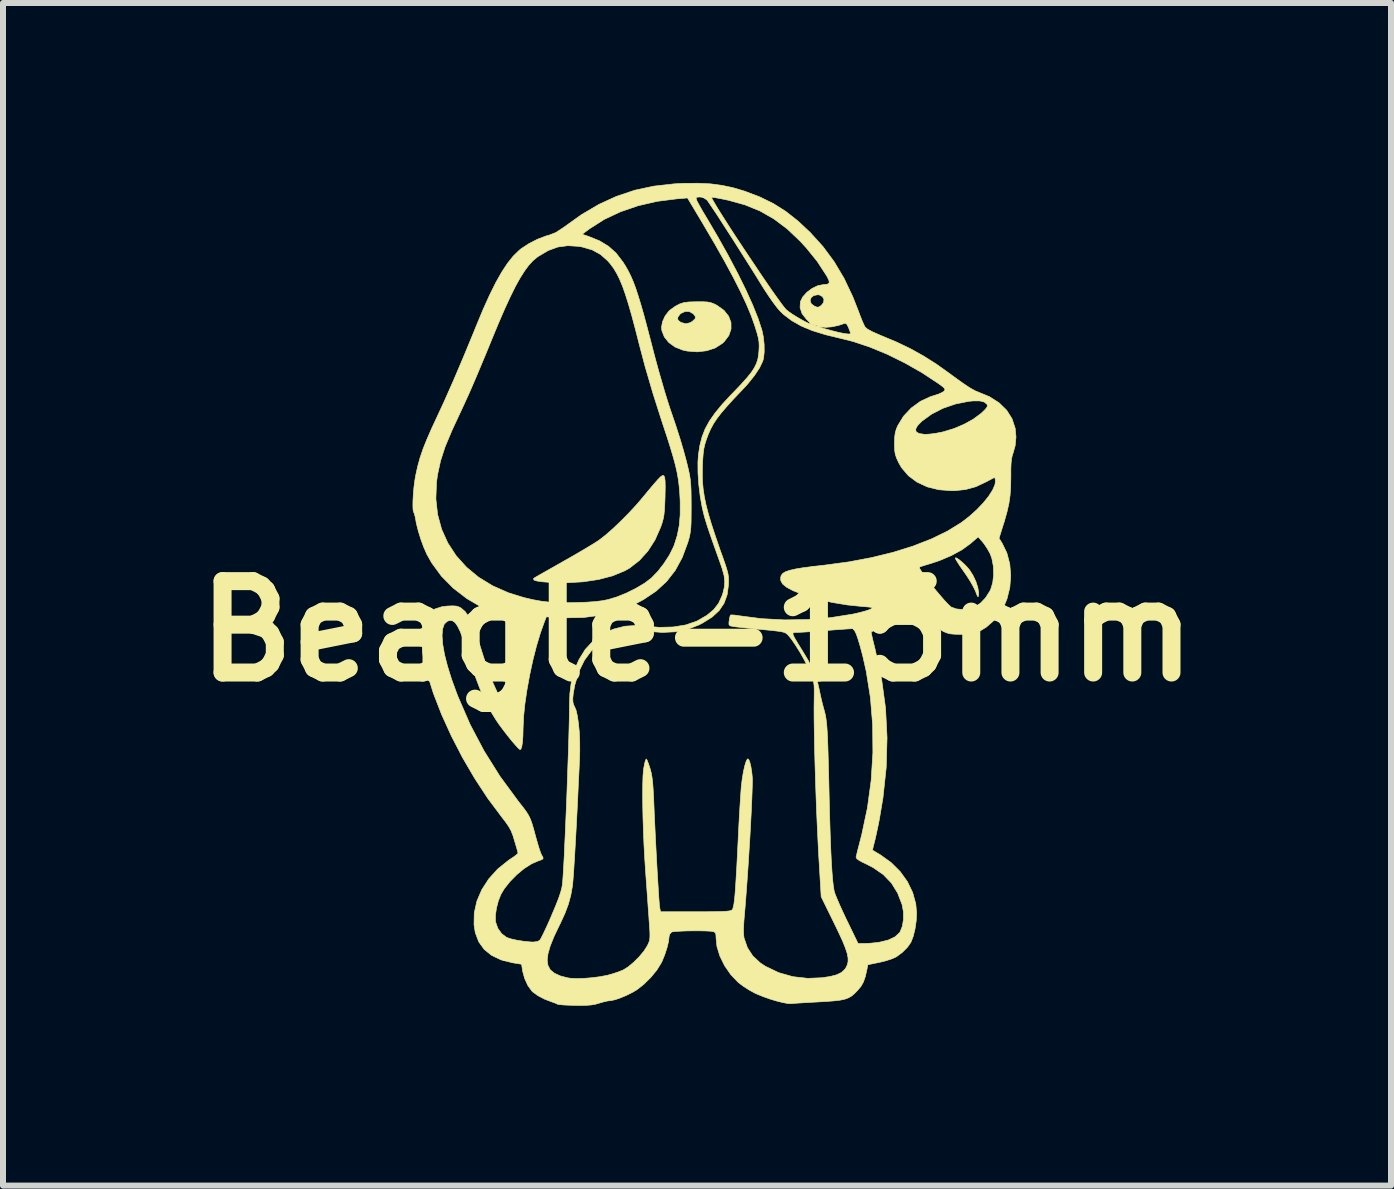
<source format=kicad_pcb>
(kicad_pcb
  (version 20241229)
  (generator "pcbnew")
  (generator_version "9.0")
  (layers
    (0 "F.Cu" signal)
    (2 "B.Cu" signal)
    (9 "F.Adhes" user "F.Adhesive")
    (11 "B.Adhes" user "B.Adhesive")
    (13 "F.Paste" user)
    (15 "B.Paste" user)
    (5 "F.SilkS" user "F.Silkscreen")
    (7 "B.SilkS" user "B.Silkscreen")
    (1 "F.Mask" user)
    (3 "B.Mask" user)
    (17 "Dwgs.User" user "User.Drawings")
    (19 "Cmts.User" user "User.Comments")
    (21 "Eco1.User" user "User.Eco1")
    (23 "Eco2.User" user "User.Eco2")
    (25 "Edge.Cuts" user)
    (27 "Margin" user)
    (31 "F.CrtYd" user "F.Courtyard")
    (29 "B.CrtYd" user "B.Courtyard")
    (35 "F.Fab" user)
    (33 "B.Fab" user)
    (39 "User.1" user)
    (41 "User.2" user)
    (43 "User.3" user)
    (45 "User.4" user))
  (footprint "Beagle-15mm"
    (layer "F.Cu")
    (at 8.571 7.473)
    (property "Reference" "Beagle-15mm" (at 0 0 0) (layer "F.SilkS") (effects (font (size 1.524 1.524) (thickness 0.3))))
    (attr through_hole)
    (fp_poly (pts (xy 4.329 -1.219) (xy 4.372 -1.19) (xy 4.427 -1.144) (xy 4.485 -1.088) (xy 4.537 -1.029) (xy 4.544 -1.02) (xy 4.6 -0.932) (xy 4.648 -0.83) (xy 4.681 -0.729) (xy 4.695 -0.643) (xy 4.695 -0.62) (xy 4.691 -0.582) (xy 4.684 -0.573) (xy 4.671 -0.594) (xy 4.649 -0.65) (xy 4.641 -0.671) (xy 4.608 -0.739) (xy 4.558 -0.828) (xy 4.496 -0.925) (xy 4.443 -1.002) (xy 4.386 -1.083) (xy 4.342 -1.151) (xy 4.313 -1.2) (xy 4.305 -1.222) (xy 4.306 -1.222) (xy 4.329 -1.219)) (stroke (width 0.01) (type solid)) (fill yes) (layer "F.SilkS"))
    (fp_poly (pts (xy -0.553 -2.592) (xy -0.539 -2.561) (xy -0.532 -2.497) (xy -0.53 -2.399) (xy -0.533 -2.261) (xy -0.533 -2.24) (xy -0.538 -2.11) (xy -0.544 -2.011) (xy -0.552 -1.934) (xy -0.565 -1.867) (xy -0.584 -1.799) (xy -0.607 -1.733) (xy -0.699 -1.524) (xy -0.818 -1.337) (xy -0.962 -1.178) (xy -1.126 -1.051) (xy -1.206 -1.006) (xy -1.407 -0.923) (xy -1.64 -0.862) (xy -1.899 -0.823) (xy -2.177 -0.807) (xy -2.469 -0.815) (xy -2.575 -0.823) (xy -2.667 -0.836) (xy -2.718 -0.852) (xy -2.727 -0.873) (xy -2.709 -0.89) (xy -2.682 -0.906) (xy -2.624 -0.939) (xy -2.54 -0.987) (xy -2.436 -1.046) (xy -2.316 -1.114) (xy -2.223 -1.167) (xy -2.087 -1.244) (xy -1.956 -1.32) (xy -1.836 -1.391) (xy -1.734 -1.453) (xy -1.658 -1.501) (xy -1.63 -1.52) (xy -1.522 -1.604) (xy -1.397 -1.714) (xy -1.263 -1.842) (xy -1.127 -1.98) (xy -0.998 -2.12) (xy -0.903 -2.232) (xy -0.829 -2.322) (xy -0.757 -2.408) (xy -0.695 -2.48) (xy -0.652 -2.529) (xy -0.609 -2.573) (xy -0.576 -2.595) (xy -0.553 -2.592)) (stroke (width 0.01) (type solid)) (fill yes) (layer "F.SilkS"))
    (fp_poly (pts (xy 0.102 -5.492) (xy 0.174 -5.488) (xy 0.228 -5.478) (xy 0.276 -5.461) (xy 0.329 -5.434) (xy 0.337 -5.429) (xy 0.45 -5.348) (xy 0.526 -5.252) (xy 0.566 -5.147) (xy 0.567 -5.037) (xy 0.53 -4.929) (xy 0.453 -4.827) (xy 0.422 -4.798) (xy 0.303 -4.722) (xy 0.16 -4.675) (xy 0.002 -4.657) (xy -0.163 -4.67) (xy -0.237 -4.686) (xy -0.366 -4.737) (xy -0.47 -4.812) (xy -0.545 -4.905) (xy -0.586 -5.01) (xy -0.592 -5.069) (xy -0.575 -5.161) (xy -0.543 -5.23) (xy -0.323 -5.23) (xy -0.318 -5.186) (xy -0.271 -5.149) (xy -0.269 -5.148) (xy -0.186 -5.125) (xy -0.111 -5.144) (xy -0.077 -5.166) (xy -0.033 -5.207) (xy -0.026 -5.241) (xy -0.052 -5.28) (xy -0.064 -5.292) (xy -0.127 -5.328) (xy -0.2 -5.33) (xy -0.27 -5.297) (xy -0.286 -5.282) (xy -0.323 -5.23) (xy -0.543 -5.23) (xy -0.531 -5.256) (xy -0.469 -5.337) (xy -0.442 -5.36) (xy -0.361 -5.418) (xy -0.29 -5.455) (xy -0.219 -5.478) (xy -0.132 -5.489) (xy -0.017 -5.492) (xy 0 -5.492) (xy 0.102 -5.492)) (stroke (width 0.01) (type solid)) (fill yes) (layer "F.SilkS"))
    (fp_poly (pts (xy 0.224 -7.458) (xy 0.414 -7.433) (xy 0.599 -7.394) (xy 0.79 -7.337) (xy 0.796 -7.335) (xy 1.046 -7.24) (xy 1.271 -7.13) (xy 1.479 -6.999) (xy 1.681 -6.84) (xy 1.885 -6.649) (xy 2.1 -6.412) (xy 2.287 -6.159) (xy 2.451 -5.883) (xy 2.596 -5.578) (xy 2.687 -5.346) (xy 2.723 -5.25) (xy 2.757 -5.165) (xy 2.786 -5.101) (xy 2.801 -5.072) (xy 2.842 -5.036) (xy 2.925 -4.991) (xy 3.048 -4.937) (xy 3.062 -4.931) (xy 3.323 -4.822) (xy 3.555 -4.711) (xy 3.773 -4.59) (xy 3.988 -4.454) (xy 4.214 -4.293) (xy 4.266 -4.254) (xy 4.42 -4.143) (xy 4.543 -4.06) (xy 4.638 -4.007) (xy 4.682 -3.989) (xy 4.876 -3.909) (xy 5.036 -3.807) (xy 5.162 -3.684) (xy 5.251 -3.543) (xy 5.304 -3.384) (xy 5.318 -3.239) (xy 5.304 -3.092) (xy 5.274 -2.985) (xy 5.256 -2.929) (xy 5.243 -2.871) (xy 5.236 -2.801) (xy 5.232 -2.709) (xy 5.232 -2.585) (xy 5.232 -2.572) (xy 5.229 -2.408) (xy 5.219 -2.265) (xy 5.2 -2.13) (xy 5.168 -1.989) (xy 5.123 -1.829) (xy 5.099 -1.754) (xy 5.035 -1.549) (xy 5.088 -1.464) (xy 5.166 -1.303) (xy 5.214 -1.121) (xy 5.23 -0.927) (xy 5.215 -0.73) (xy 5.168 -0.539) (xy 5.11 -0.398) (xy 5.034 -0.279) (xy 4.934 -0.164) (xy 4.822 -0.067) (xy 4.723 -0.006) (xy 4.659 0.023) (xy 4.602 0.04) (xy 4.537 0.049) (xy 4.449 0.053) (xy 4.403 0.053) (xy 4.301 0.051) (xy 4.227 0.045) (xy 4.17 0.031) (xy 4.115 0.009) (xy 4.1 0.001) (xy 4.033 -0.041) (xy 3.955 -0.102) (xy 3.88 -0.171) (xy 3.818 -0.237) (xy 3.786 -0.281) (xy 3.774 -0.289) (xy 3.75 -0.29) (xy 3.708 -0.281) (xy 3.643 -0.262) (xy 3.551 -0.23) (xy 3.427 -0.186) (xy 3.339 -0.153) (xy 3.213 -0.106) (xy 3.101 -0.064) (xy 3.009 -0.03) (xy 2.942 -0.004) (xy 2.907 0.01) (xy 2.903 0.012) (xy 2.906 0.033) (xy 2.917 0.088) (xy 2.936 0.169) (xy 2.961 0.269) (xy 2.971 0.311) (xy 3.077 0.798) (xy 3.143 1.285) (xy 3.168 1.776) (xy 3.154 2.272) (xy 3.1 2.778) (xy 3.037 3.152) (xy 3.014 3.266) (xy 2.99 3.377) (xy 2.969 3.471) (xy 2.953 3.534) (xy 2.937 3.597) (xy 2.928 3.64) (xy 2.927 3.652) (xy 2.946 3.663) (xy 2.992 3.691) (xy 3.055 3.728) (xy 3.059 3.731) (xy 3.235 3.857) (xy 3.386 4.007) (xy 3.507 4.175) (xy 3.595 4.357) (xy 3.647 4.545) (xy 3.661 4.699) (xy 3.654 4.831) (xy 3.634 4.966) (xy 3.604 5.089) (xy 3.567 5.184) (xy 3.566 5.187) (xy 3.507 5.271) (xy 3.423 5.355) (xy 3.329 5.425) (xy 3.297 5.442) (xy 3.234 5.468) (xy 3.145 5.496) (xy 3.049 5.52) (xy 3.028 5.524) (xy 2.848 5.561) (xy 2.832 5.643) (xy 2.805 5.761) (xy 2.774 5.85) (xy 2.733 5.922) (xy 2.682 5.983) (xy 2.629 6.038) (xy 2.58 6.081) (xy 2.527 6.112) (xy 2.465 6.135) (xy 2.385 6.152) (xy 2.282 6.164) (xy 2.148 6.174) (xy 2.028 6.181) (xy 1.898 6.188) (xy 1.78 6.195) (xy 1.681 6.201) (xy 1.609 6.206) (xy 1.572 6.21) (xy 1.571 6.21) (xy 1.515 6.208) (xy 1.43 6.192) (xy 1.326 6.166) (xy 1.213 6.132) (xy 1.101 6.092) (xy 1 6.051) (xy 0.963 6.034) (xy 0.868 5.982) (xy 0.773 5.921) (xy 0.695 5.862) (xy 0.684 5.853) (xy 0.562 5.725) (xy 0.459 5.576) (xy 0.381 5.417) (xy 0.332 5.258) (xy 0.318 5.123) (xy 0.315 5.06) (xy 0.303 5.026) (xy 0.277 5.011) (xy 0.27 5.009) (xy 0.224 5.002) (xy 0.148 4.998) (xy 0.051 4.996) (xy -0.056 4.996) (xy -0.165 4.997) (xy -0.266 5.001) (xy -0.35 5.006) (xy -0.407 5.012) (xy -0.425 5.017) (xy -0.458 5.056) (xy -0.466 5.094) (xy -0.475 5.173) (xy -0.5 5.276) (xy -0.536 5.388) (xy -0.579 5.495) (xy -0.597 5.532) (xy -0.67 5.65) (xy -0.771 5.773) (xy -0.888 5.888) (xy -1.002 5.978) (xy -1.082 6.025) (xy -1.177 6.072) (xy -1.275 6.113) (xy -1.365 6.144) (xy -1.434 6.159) (xy -1.448 6.16) (xy -1.494 6.166) (xy -1.563 6.182) (xy -1.629 6.201) (xy -1.695 6.22) (xy -1.764 6.232) (xy -1.844 6.238) (xy -1.949 6.24) (xy -2.035 6.239) (xy -2.138 6.236) (xy -2.227 6.232) (xy -2.291 6.226) (xy -2.322 6.221) (xy -2.324 6.22) (xy -2.352 6.206) (xy -2.404 6.187) (xy -2.424 6.18) (xy -2.544 6.134) (xy -2.654 6.076) (xy -2.739 6.014) (xy -2.756 5.997) (xy -2.82 5.908) (xy -2.873 5.793) (xy -2.907 5.67) (xy -2.91 5.65) (xy -2.925 5.553) (xy -3.078 5.528) (xy -3.248 5.485) (xy -2.498 5.485) (xy -2.486 5.57) (xy -2.451 5.639) (xy -2.444 5.648) (xy -2.377 5.703) (xy -2.278 5.748) (xy -2.16 5.779) (xy -2.117 5.786) (xy -2.018 5.792) (xy -1.892 5.789) (xy -1.755 5.778) (xy -1.622 5.761) (xy -1.506 5.739) (xy -1.49 5.736) (xy -1.396 5.709) (xy -1.304 5.678) (xy -1.232 5.649) (xy -1.228 5.647) (xy -1.147 5.596) (xy -1.055 5.519) (xy -0.964 5.428) (xy -0.885 5.333) (xy -0.83 5.247) (xy -0.826 5.239) (xy -0.808 5.201) (xy -0.795 5.167) (xy -0.788 5.13) (xy -0.785 5.082) (xy -0.786 5.016) (xy -0.792 4.924) (xy -0.801 4.799) (xy -0.802 4.775) (xy -0.813 4.629) (xy -0.825 4.457) (xy -0.838 4.275) (xy -0.851 4.099) (xy -0.859 3.99) (xy -0.873 3.771) (xy -0.885 3.548) (xy -0.894 3.325) (xy -0.901 3.108) (xy -0.905 2.903) (xy -0.906 2.716) (xy -0.905 2.552) (xy -0.901 2.417) (xy -0.893 2.316) (xy -0.889 2.288) (xy -0.874 2.207) (xy -0.859 2.153) (xy -0.847 2.131) (xy -0.843 2.133) (xy -0.828 2.161) (xy -0.807 2.218) (xy -0.782 2.292) (xy -0.781 2.298) (xy -0.764 2.361) (xy -0.751 2.432) (xy -0.74 2.519) (xy -0.732 2.629) (xy -0.724 2.769) (xy -0.719 2.889) (xy -0.712 3.062) (xy -0.703 3.247) (xy -0.694 3.439) (xy -0.684 3.632) (xy -0.674 3.822) (xy -0.664 4.003) (xy -0.654 4.17) (xy -0.645 4.318) (xy -0.637 4.441) (xy -0.63 4.535) (xy -0.624 4.595) (xy -0.622 4.609) (xy -0.609 4.678) (xy -0.028 4.678) (xy 0.149 4.678) (xy 0.288 4.676) (xy 0.394 4.674) (xy 0.471 4.671) (xy 0.525 4.666) (xy 0.56 4.659) (xy 0.58 4.651) (xy 0.585 4.646) (xy 0.596 4.629) (xy 0.605 4.598) (xy 0.615 4.55) (xy 0.624 4.481) (xy 0.633 4.389) (xy 0.642 4.271) (xy 0.651 4.123) (xy 0.662 3.943) (xy 0.673 3.726) (xy 0.686 3.471) (xy 0.687 3.44) (xy 0.696 3.265) (xy 0.705 3.093) (xy 0.715 2.932) (xy 0.724 2.789) (xy 0.732 2.671) (xy 0.738 2.586) (xy 0.74 2.572) (xy 0.755 2.452) (xy 0.774 2.34) (xy 0.796 2.244) (xy 0.818 2.172) (xy 0.84 2.132) (xy 0.844 2.129) (xy 0.862 2.139) (xy 0.88 2.184) (xy 0.898 2.257) (xy 0.913 2.353) (xy 0.921 2.434) (xy 0.923 2.49) (xy 0.921 2.583) (xy 0.917 2.708) (xy 0.911 2.86) (xy 0.903 3.034) (xy 0.893 3.225) (xy 0.882 3.428) (xy 0.869 3.637) (xy 0.856 3.848) (xy 0.842 4.056) (xy 0.828 4.255) (xy 0.814 4.44) (xy 0.801 4.607) (xy 0.794 4.685) (xy 0.781 4.84) (xy 0.775 4.959) (xy 0.776 5.047) (xy 0.783 5.11) (xy 0.784 5.116) (xy 0.84 5.277) (xy 0.93 5.415) (xy 1.056 5.532) (xy 1.14 5.587) (xy 1.361 5.693) (xy 1.597 5.76) (xy 1.845 5.788) (xy 2.084 5.778) (xy 2.225 5.756) (xy 2.331 5.728) (xy 2.408 5.69) (xy 2.463 5.639) (xy 2.48 5.615) (xy 2.505 5.564) (xy 2.518 5.511) (xy 2.518 5.449) (xy 2.504 5.374) (xy 2.473 5.28) (xy 2.426 5.164) (xy 2.36 5.021) (xy 2.285 4.866) (xy 2.07 4.428) (xy 2.029 3.743) (xy 2.017 3.51) (xy 2.005 3.258) (xy 1.993 2.992) (xy 1.983 2.72) (xy 1.974 2.447) (xy 1.966 2.18) (xy 1.959 1.926) (xy 1.955 1.69) (xy 1.952 1.478) (xy 1.951 1.298) (xy 1.952 1.185) (xy 1.954 1.061) (xy 1.954 0.969) (xy 1.951 0.9) (xy 1.943 0.845) (xy 1.93 0.795) (xy 1.91 0.74) (xy 1.888 0.685) (xy 1.842 0.583) (xy 1.782 0.467) (xy 1.714 0.347) (xy 1.643 0.234) (xy 1.577 0.137) (xy 1.522 0.069) (xy 1.521 0.068) (xy 1.499 0.047) (xy 1.491 0.041) (xy 1.598 0.041) (xy 1.605 0.069) (xy 1.629 0.117) (xy 1.672 0.19) (xy 1.735 0.292) (xy 1.757 0.327) (xy 1.852 0.485) (xy 1.923 0.621) (xy 1.976 0.746) (xy 2.014 0.871) (xy 2.04 0.986) (xy 2.062 1.092) (xy 2.089 1.205) (xy 2.114 1.298) (xy 2.127 1.344) (xy 2.138 1.391) (xy 2.148 1.444) (xy 2.156 1.505) (xy 2.164 1.578) (xy 2.17 1.667) (xy 2.176 1.777) (xy 2.181 1.91) (xy 2.186 2.071) (xy 2.191 2.264) (xy 2.197 2.491) (xy 2.202 2.72) (xy 2.21 3.053) (xy 2.219 3.345) (xy 2.228 3.598) (xy 2.238 3.814) (xy 2.249 3.993) (xy 2.26 4.138) (xy 2.273 4.25) (xy 2.286 4.33) (xy 2.288 4.339) (xy 2.304 4.388) (xy 2.336 4.466) (xy 2.38 4.568) (xy 2.433 4.684) (xy 2.491 4.808) (xy 2.498 4.821) (xy 2.685 5.207) (xy 2.798 5.207) (xy 2.884 5.203) (xy 2.984 5.193) (xy 3.045 5.185) (xy 3.19 5.149) (xy 3.301 5.096) (xy 3.376 5.027) (xy 3.386 5.012) (xy 3.423 4.92) (xy 3.442 4.804) (xy 3.441 4.679) (xy 3.419 4.56) (xy 3.419 4.559) (xy 3.344 4.365) (xy 3.241 4.199) (xy 3.106 4.059) (xy 2.937 3.942) (xy 2.835 3.889) (xy 2.746 3.846) (xy 2.69 3.814) (xy 2.661 3.79) (xy 2.652 3.768) (xy 2.653 3.757) (xy 2.662 3.723) (xy 2.678 3.655) (xy 2.702 3.563) (xy 2.73 3.454) (xy 2.747 3.387) (xy 2.841 2.945) (xy 2.903 2.489) (xy 2.932 2.027) (xy 2.928 1.565) (xy 2.891 1.11) (xy 2.821 0.67) (xy 2.763 0.413) (xy 2.721 0.254) (xy 2.685 0.134) (xy 2.655 0.048) (xy 2.628 -0.007) (xy 2.603 -0.036) (xy 2.585 -0.042) (xy 2.554 -0.04) (xy 2.488 -0.036) (xy 2.394 -0.029) (xy 2.279 -0.021) (xy 2.152 -0.011) (xy 2.148 -0.011) (xy 2.016 -0.001) (xy 1.894 0.008) (xy 1.788 0.015) (xy 1.709 0.019) (xy 1.665 0.021) (xy 1.629 0.021) (xy 1.606 0.026) (xy 1.598 0.041) (xy 1.491 0.041) (xy 1.476 0.03) (xy 1.445 0.018) (xy 1.399 0.007) (xy 1.331 -0.002) (xy 1.236 -0.013) (xy 1.107 -0.025) (xy 1.076 -0.028) (xy 0.946 -0.04) (xy 0.826 -0.053) (xy 0.722 -0.064) (xy 0.645 -0.072) (xy 0.606 -0.078) (xy 0.554 -0.088) (xy 0.533 -0.107) (xy 0.532 -0.147) (xy 0.536 -0.174) (xy 0.545 -0.23) (xy 0.556 -0.265) (xy 0.558 -0.269) (xy 0.583 -0.271) (xy 0.637 -0.267) (xy 0.703 -0.257) (xy 1.071 -0.209) (xy 1.456 -0.188) (xy 1.847 -0.194) (xy 2.23 -0.226) (xy 2.595 -0.284) (xy 2.65 -0.296) (xy 2.741 -0.318) (xy 2.823 -0.341) (xy 2.881 -0.361) (xy 2.893 -0.367) (xy 2.918 -0.382) (xy 2.923 -0.391) (xy 2.902 -0.398) (xy 2.85 -0.404) (xy 2.762 -0.411) (xy 2.508 -0.437) (xy 2.253 -0.479) (xy 2.009 -0.535) (xy 1.786 -0.602) (xy 1.601 -0.675) (xy 1.494 -0.732) (xy 1.427 -0.787) (xy 1.397 -0.841) (xy 1.396 -0.847) (xy 1.394 -0.893) (xy 1.404 -0.931) (xy 1.431 -0.964) (xy 1.476 -0.991) (xy 1.546 -1.015) (xy 1.643 -1.037) (xy 1.77 -1.058) (xy 1.842 -1.067) (xy 3.707 -1.067) (xy 3.712 -1.045) (xy 3.741 -0.998) (xy 3.788 -0.93) (xy 3.849 -0.849) (xy 3.918 -0.76) (xy 3.992 -0.669) (xy 4.065 -0.583) (xy 4.132 -0.506) (xy 4.189 -0.446) (xy 4.23 -0.408) (xy 4.239 -0.401) (xy 4.323 -0.371) (xy 4.427 -0.361) (xy 4.535 -0.371) (xy 4.625 -0.399) (xy 4.721 -0.462) (xy 4.811 -0.557) (xy 4.884 -0.672) (xy 4.896 -0.696) (xy 4.93 -0.809) (xy 4.945 -0.944) (xy 4.94 -1.085) (xy 4.915 -1.215) (xy 4.887 -1.291) (xy 4.842 -1.372) (xy 4.789 -1.452) (xy 4.759 -1.49) (xy 4.687 -1.572) (xy 4.561 -1.462) (xy 4.417 -1.357) (xy 4.241 -1.261) (xy 4.04 -1.176) (xy 3.905 -1.131) (xy 3.822 -1.106) (xy 3.755 -1.085) (xy 3.714 -1.071) (xy 3.707 -1.067) (xy 1.842 -1.067) (xy 1.933 -1.079) (xy 2.127 -1.101) (xy 2.529 -1.155) (xy 2.911 -1.227) (xy 3.271 -1.315) (xy 3.603 -1.419) (xy 3.906 -1.537) (xy 4.175 -1.668) (xy 4.407 -1.811) (xy 4.413 -1.815) (xy 4.543 -1.916) (xy 4.664 -2.025) (xy 4.772 -2.138) (xy 4.861 -2.248) (xy 4.927 -2.351) (xy 4.966 -2.44) (xy 4.974 -2.49) (xy 4.971 -2.538) (xy 4.963 -2.561) (xy 4.962 -2.561) (xy 4.938 -2.552) (xy 4.889 -2.526) (xy 4.823 -2.491) (xy 4.819 -2.489) (xy 4.647 -2.408) (xy 4.476 -2.361) (xy 4.289 -2.342) (xy 4.244 -2.342) (xy 4.031 -2.358) (xy 3.838 -2.406) (xy 3.668 -2.485) (xy 3.525 -2.591) (xy 3.411 -2.724) (xy 3.361 -2.81) (xy 3.326 -2.887) (xy 3.305 -2.95) (xy 3.295 -3.016) (xy 3.292 -3.103) (xy 3.292 -3.132) (xy 3.295 -3.234) (xy 3.305 -3.309) (xy 3.322 -3.366) (xy 3.644 -3.366) (xy 3.654 -3.323) (xy 3.703 -3.295) (xy 3.791 -3.282) (xy 3.821 -3.282) (xy 3.892 -3.287) (xy 3.987 -3.3) (xy 4.086 -3.319) (xy 4.106 -3.324) (xy 4.281 -3.377) (xy 4.451 -3.449) (xy 4.605 -3.534) (xy 4.73 -3.626) (xy 4.745 -3.639) (xy 4.804 -3.696) (xy 4.834 -3.734) (xy 4.842 -3.761) (xy 4.835 -3.781) (xy 4.79 -3.82) (xy 4.714 -3.839) (xy 4.604 -3.839) (xy 4.53 -3.832) (xy 4.31 -3.788) (xy 4.1 -3.716) (xy 3.911 -3.619) (xy 3.75 -3.502) (xy 3.744 -3.497) (xy 3.674 -3.424) (xy 3.644 -3.366) (xy 3.322 -3.366) (xy 3.325 -3.376) (xy 3.348 -3.429) (xy 3.443 -3.584) (xy 3.571 -3.72) (xy 3.723 -3.831) (xy 3.892 -3.91) (xy 3.95 -3.928) (xy 4.025 -3.952) (xy 4.086 -3.98) (xy 4.118 -4.001) (xy 4.132 -4.022) (xy 4.13 -4.042) (xy 4.106 -4.068) (xy 4.055 -4.107) (xy 4.018 -4.133) (xy 3.75 -4.31) (xy 3.466 -4.471) (xy 3.175 -4.615) (xy 2.885 -4.735) (xy 2.605 -4.829) (xy 2.398 -4.881) (xy 2.141 -4.943) (xy 1.921 -5.011) (xy 1.775 -5.072) (xy 2.045 -5.072) (xy 2.057 -5.065) (xy 2.103 -5.05) (xy 2.186 -5.027) (xy 2.254 -5.008) (xy 2.369 -4.979) (xy 2.462 -4.961) (xy 2.527 -4.954) (xy 2.559 -4.958) (xy 2.561 -4.963) (xy 2.554 -4.987) (xy 2.536 -5.036) (xy 2.527 -5.06) (xy 2.5 -5.114) (xy 2.476 -5.134) (xy 2.458 -5.131) (xy 2.356 -5.097) (xy 2.246 -5.074) (xy 2.147 -5.066) (xy 2.117 -5.068) (xy 2.066 -5.073) (xy 2.045 -5.072) (xy 1.775 -5.072) (xy 1.735 -5.089) (xy 1.726 -5.094) (xy 1.976 -5.094) (xy 1.978 -5.082) (xy 1.99 -5.08) (xy 2.007 -5.088) (xy 2.004 -5.094) (xy 1.979 -5.097) (xy 1.976 -5.094) (xy 1.726 -5.094) (xy 1.695 -5.112) (xy 1.926 -5.112) (xy 1.937 -5.101) (xy 1.947 -5.112) (xy 1.937 -5.122) (xy 1.926 -5.112) (xy 1.695 -5.112) (xy 1.578 -5.178) (xy 1.444 -5.279) (xy 1.383 -5.338) (xy 1.334 -5.395) (xy 1.27 -5.48) (xy 1.198 -5.583) (xy 1.125 -5.694) (xy 1.085 -5.757) (xy 0.997 -5.9) (xy 0.901 -6.053) (xy 0.801 -6.211) (xy 0.699 -6.372) (xy 0.599 -6.53) (xy 0.502 -6.68) (xy 0.412 -6.82) (xy 0.332 -6.944) (xy 0.263 -7.047) (xy 0.21 -7.126) (xy 0.175 -7.177) (xy 0.163 -7.191) (xy 0.098 -7.232) (xy 0.081 -7.234) (xy 0.242 -7.234) (xy 0.249 -7.213) (xy 0.278 -7.161) (xy 0.325 -7.081) (xy 0.388 -6.979) (xy 0.465 -6.858) (xy 0.552 -6.722) (xy 0.648 -6.574) (xy 0.75 -6.42) (xy 0.855 -6.262) (xy 0.96 -6.106) (xy 1.062 -5.953) (xy 1.16 -5.81) (xy 1.25 -5.679) (xy 1.331 -5.565) (xy 1.398 -5.472) (xy 1.45 -5.403) (xy 1.484 -5.363) (xy 1.487 -5.36) (xy 1.531 -5.325) (xy 1.596 -5.28) (xy 1.674 -5.232) (xy 1.752 -5.187) (xy 1.822 -5.15) (xy 1.873 -5.127) (xy 1.89 -5.123) (xy 1.886 -5.135) (xy 1.857 -5.169) (xy 1.823 -5.202) (xy 1.752 -5.293) (xy 1.718 -5.393) (xy 1.723 -5.492) (xy 1.732 -5.511) (xy 1.886 -5.511) (xy 1.902 -5.462) (xy 1.947 -5.425) (xy 1.993 -5.404) (xy 2.023 -5.402) (xy 2.057 -5.421) (xy 2.07 -5.43) (xy 2.11 -5.479) (xy 2.116 -5.532) (xy 2.091 -5.578) (xy 2.04 -5.606) (xy 2.011 -5.609) (xy 1.944 -5.595) (xy 1.901 -5.559) (xy 1.886 -5.511) (xy 1.732 -5.511) (xy 1.762 -5.572) (xy 1.831 -5.649) (xy 1.919 -5.715) (xy 2.015 -5.761) (xy 2.106 -5.778) (xy 2.171 -5.784) (xy 2.202 -5.803) (xy 2.202 -5.84) (xy 2.173 -5.903) (xy 2.158 -5.929) (xy 2.004 -6.165) (xy 1.822 -6.39) (xy 1.717 -6.504) (xy 1.502 -6.708) (xy 1.282 -6.873) (xy 1.051 -7.005) (xy 0.801 -7.107) (xy 0.524 -7.184) (xy 0.463 -7.197) (xy 0.373 -7.215) (xy 0.301 -7.228) (xy 0.255 -7.234) (xy 0.242 -7.234) (xy 0.081 -7.234) (xy 0.048 -7.239) (xy 0.000267 -7.236) (xy -0.015 -7.221) (xy -0.01 -7.194) (xy 0.006 -7.159) (xy 0.04 -7.097) (xy 0.086 -7.015) (xy 0.141 -6.923) (xy 0.151 -6.907) (xy 0.345 -6.577) (xy 0.521 -6.263) (xy 0.678 -5.966) (xy 0.814 -5.69) (xy 0.928 -5.438) (xy 1.018 -5.213) (xy 1.082 -5.018) (xy 1.106 -4.904) (xy 1.119 -4.778) (xy 1.12 -4.655) (xy 1.109 -4.55) (xy 1.097 -4.506) (xy 1.044 -4.393) (xy 0.958 -4.263) (xy 0.843 -4.119) (xy 0.753 -4.022) (xy 0.611 -3.873) (xy 0.497 -3.747) (xy 0.405 -3.64) (xy 0.332 -3.545) (xy 0.274 -3.458) (xy 0.228 -3.372) (xy 0.188 -3.283) (xy 0.155 -3.193) (xy 0.13 -3.115) (xy 0.113 -3.039) (xy 0.102 -2.952) (xy 0.094 -2.842) (xy 0.09 -2.751) (xy 0.088 -2.62) (xy 0.091 -2.496) (xy 0.102 -2.373) (xy 0.121 -2.246) (xy 0.149 -2.11) (xy 0.188 -1.959) (xy 0.239 -1.787) (xy 0.304 -1.59) (xy 0.382 -1.362) (xy 0.423 -1.249) (xy 0.465 -1.129) (xy 0.494 -1.04) (xy 0.513 -0.971) (xy 0.523 -0.914) (xy 0.526 -0.858) (xy 0.525 -0.795) (xy 0.524 -0.77) (xy 0.502 -0.607) (xy 0.451 -0.466) (xy 0.369 -0.344) (xy 0.251 -0.235) (xy 0.095 -0.137) (xy 0.033 -0.105) (xy -0.155 -0.032) (xy -0.357 0.01) (xy -0.578 0.021) (xy -0.825 0.003) (xy -0.857 -0.001) (xy -1.067 -0.011) (xy -1.265 0.019) (xy -1.447 0.085) (xy -1.612 0.186) (xy -1.756 0.32) (xy -1.877 0.484) (xy -1.972 0.676) (xy -2.037 0.895) (xy -2.041 0.915) (xy -2.063 1.036) (xy -2.072 1.126) (xy -2.068 1.191) (xy -2.052 1.241) (xy -2.043 1.256) (xy -2.017 1.317) (xy -1.995 1.413) (xy -1.977 1.536) (xy -1.963 1.678) (xy -1.956 1.831) (xy -1.955 1.989) (xy -1.957 2.074) (xy -1.967 2.316) (xy -1.979 2.56) (xy -1.99 2.804) (xy -2.002 3.043) (xy -2.014 3.273) (xy -2.026 3.488) (xy -2.037 3.686) (xy -2.048 3.861) (xy -2.057 4.01) (xy -2.066 4.127) (xy -2.073 4.21) (xy -2.076 4.242) (xy -2.104 4.4) (xy -2.144 4.549) (xy -2.202 4.704) (xy -2.281 4.876) (xy -2.296 4.906) (xy -2.385 5.092) (xy -2.448 5.249) (xy -2.485 5.378) (xy -2.498 5.485) (xy -3.248 5.485) (xy -3.268 5.48) (xy -3.425 5.405) (xy -3.549 5.305) (xy -3.64 5.178) (xy -3.697 5.026) (xy -3.718 4.894) (xy -3.714 4.696) (xy -3.67 4.5) (xy -3.588 4.309) (xy -3.472 4.13) (xy -3.324 3.966) (xy -3.146 3.823) (xy -3.119 3.804) (xy -3.054 3.761) (xy -3.007 3.725) (xy -2.985 3.704) (xy -2.985 3.702) (xy -2.99 3.677) (xy -3.005 3.621) (xy -3.028 3.544) (xy -3.044 3.49) (xy -3.072 3.398) (xy -3.101 3.326) (xy -3.137 3.261) (xy -3.186 3.189) (xy -3.255 3.099) (xy -3.262 3.09) (xy -3.49 2.785) (xy -3.707 2.454) (xy -3.911 2.105) (xy -4.096 1.747) (xy -4.259 1.388) (xy -4.396 1.034) (xy -4.503 0.695) (xy -4.522 0.624) (xy -4.551 0.501) (xy -4.569 0.395) (xy -4.579 0.286) (xy -4.582 0.158) (xy -4.582 0.138) (xy -4.582 0.076) (xy -4.251 0.076) (xy -4.24 0.219) (xy -4.21 0.389) (xy -4.16 0.584) (xy -4.092 0.802) (xy -4.005 1.04) (xy -3.986 1.089) (xy -3.783 1.556) (xy -3.551 1.996) (xy -3.286 2.419) (xy -2.984 2.83) (xy -2.963 2.857) (xy -2.896 2.942) (xy -2.846 3.01) (xy -2.808 3.071) (xy -2.778 3.133) (xy -2.751 3.208) (xy -2.723 3.303) (xy -2.689 3.429) (xy -2.686 3.44) (xy -2.657 3.541) (xy -2.63 3.631) (xy -2.606 3.699) (xy -2.59 3.735) (xy -2.589 3.735) (xy -2.567 3.775) (xy -2.57 3.798) (xy -2.606 3.816) (xy -2.642 3.828) (xy -2.758 3.878) (xy -2.883 3.958) (xy -3.006 4.06) (xy -3.12 4.176) (xy -3.215 4.296) (xy -3.27 4.389) (xy -3.313 4.498) (xy -3.344 4.618) (xy -3.361 4.735) (xy -3.36 4.834) (xy -3.358 4.85) (xy -3.321 4.955) (xy -3.256 5.045) (xy -3.174 5.106) (xy -3.107 5.129) (xy -3.01 5.151) (xy -2.897 5.169) (xy -2.779 5.181) (xy -2.728 5.183) (xy -2.656 5.173) (xy -2.619 5.149) (xy -2.6 5.118) (xy -2.568 5.055) (xy -2.526 4.967) (xy -2.477 4.86) (xy -2.425 4.741) (xy -2.423 4.735) (xy -2.357 4.579) (xy -2.308 4.454) (xy -2.274 4.354) (xy -2.253 4.273) (xy -2.244 4.217) (xy -2.238 4.152) (xy -2.231 4.049) (xy -2.223 3.914) (xy -2.214 3.75) (xy -2.206 3.563) (xy -2.196 3.356) (xy -2.187 3.136) (xy -2.177 2.906) (xy -2.168 2.671) (xy -2.16 2.436) (xy -2.152 2.206) (xy -2.144 1.985) (xy -2.138 1.777) (xy -2.133 1.589) (xy -2.129 1.423) (xy -2.127 1.286) (xy -2.127 1.238) (xy -2.12 1.039) (xy -2.099 0.868) (xy -2.061 0.711) (xy -2.005 0.557) (xy -1.967 0.472) (xy -1.864 0.305) (xy -1.731 0.162) (xy -1.573 0.049) (xy -1.394 -0.034) (xy -1.201 -0.083) (xy -0.998 -0.096) (xy -0.879 -0.086) (xy -0.628 -0.064) (xy -0.397 -0.07) (xy -0.192 -0.103) (xy -0.014 -0.163) (xy 0.02 -0.18) (xy 0.167 -0.266) (xy 0.278 -0.359) (xy 0.36 -0.465) (xy 0.418 -0.592) (xy 0.432 -0.636) (xy 0.456 -0.736) (xy 0.462 -0.829) (xy 0.451 -0.927) (xy 0.419 -1.043) (xy 0.392 -1.122) (xy 0.321 -1.321) (xy 0.263 -1.485) (xy 0.216 -1.62) (xy 0.178 -1.731) (xy 0.149 -1.824) (xy 0.125 -1.903) (xy 0.107 -1.974) (xy 0.091 -2.042) (xy 0.086 -2.063) (xy 0.053 -2.248) (xy 0.029 -2.446) (xy 0.016 -2.64) (xy 0.015 -2.819) (xy 0.023 -2.939) (xy 0.047 -3.095) (xy 0.083 -3.237) (xy 0.134 -3.37) (xy 0.205 -3.5) (xy 0.299 -3.635) (xy 0.419 -3.781) (xy 0.569 -3.943) (xy 0.604 -3.978) (xy 0.73 -4.11) (xy 0.828 -4.219) (xy 0.903 -4.311) (xy 0.956 -4.392) (xy 0.993 -4.468) (xy 1.016 -4.545) (xy 1.028 -4.628) (xy 1.033 -4.683) (xy 1.036 -4.759) (xy 1.033 -4.824) (xy 1.022 -4.89) (xy 1.001 -4.97) (xy 0.968 -5.076) (xy 0.964 -5.089) (xy 0.903 -5.261) (xy 0.823 -5.452) (xy 0.723 -5.665) (xy 0.603 -5.902) (xy 0.46 -6.166) (xy 0.295 -6.458) (xy 0.105 -6.781) (xy 0.099 -6.792) (xy -0.159 -7.223) (xy -0.339 -7.208) (xy -0.668 -7.166) (xy -0.982 -7.093) (xy -1.277 -6.992) (xy -1.547 -6.865) (xy -1.786 -6.713) (xy -1.915 -6.618) (xy -1.809 -6.582) (xy -1.626 -6.508) (xy -1.476 -6.417) (xy -1.35 -6.304) (xy -1.24 -6.161) (xy -1.239 -6.161) (xy -1.191 -6.085) (xy -1.147 -6.007) (xy -1.105 -5.923) (xy -1.064 -5.828) (xy -1.023 -5.719) (xy -0.981 -5.591) (xy -0.935 -5.44) (xy -0.884 -5.262) (xy -0.828 -5.052) (xy -0.764 -4.807) (xy -0.739 -4.71) (xy -0.691 -4.527) (xy -0.639 -4.337) (xy -0.585 -4.15) (xy -0.534 -3.975) (xy -0.486 -3.821) (xy -0.446 -3.697) (xy -0.441 -3.683) (xy -0.355 -3.431) (xy -0.284 -3.209) (xy -0.225 -3.01) (xy -0.175 -2.825) (xy -0.142 -2.688) (xy -0.125 -2.608) (xy -0.113 -2.531) (xy -0.105 -2.449) (xy -0.1 -2.352) (xy -0.098 -2.231) (xy -0.097 -2.077) (xy -0.097 -2.074) (xy -0.098 -1.929) (xy -0.099 -1.818) (xy -0.103 -1.733) (xy -0.11 -1.665) (xy -0.12 -1.605) (xy -0.134 -1.546) (xy -0.154 -1.478) (xy -0.156 -1.472) (xy -0.247 -1.227) (xy -0.363 -1.014) (xy -0.507 -0.829) (xy -0.682 -0.668) (xy -0.892 -0.527) (xy -1.027 -0.455) (xy -1.294 -0.345) (xy -1.584 -0.269) (xy -1.893 -0.228) (xy -2.217 -0.222) (xy -2.298 -0.226) (xy -2.512 -0.239) (xy -2.545 -0.155) (xy -2.612 0.032) (xy -2.677 0.248) (xy -2.737 0.484) (xy -2.79 0.73) (xy -2.835 0.977) (xy -2.87 1.213) (xy -2.892 1.431) (xy -2.9 1.619) (xy -2.9 1.619) (xy -2.903 1.752) (xy -2.911 1.857) (xy -2.923 1.931) (xy -2.939 1.97) (xy -2.954 1.973) (xy -2.985 1.946) (xy -3.035 1.891) (xy -3.098 1.817) (xy -3.167 1.731) (xy -3.237 1.64) (xy -3.302 1.552) (xy -3.35 1.482) (xy -3.426 1.359) (xy -3.495 1.234) (xy -3.561 1.099) (xy -3.624 0.948) (xy -3.689 0.776) (xy -3.758 0.575) (xy -3.832 0.34) (xy -3.843 0.307) (xy -3.897 0.14) (xy -3.946 0.011) (xy -3.991 -0.082) (xy -4.034 -0.143) (xy -4.079 -0.174) (xy -4.125 -0.178) (xy -4.164 -0.165) (xy -4.214 -0.118) (xy -4.242 -0.037) (xy -4.251 0.076) (xy -4.582 0.076) (xy -4.581 0.025) (xy -4.578 -0.055) (xy -4.57 -0.112) (xy -4.557 -0.158) (xy -4.537 -0.202) (xy -4.535 -0.206) (xy -4.465 -0.303) (xy -4.372 -0.369) (xy -4.252 -0.408) (xy -4.16 -0.419) (xy -4.072 -0.422) (xy -4.012 -0.418) (xy -3.966 -0.403) (xy -3.933 -0.385) (xy -3.867 -0.328) (xy -3.803 -0.238) (xy -3.741 -0.112) (xy -3.679 0.051) (xy -3.641 0.169) (xy -3.582 0.358) (xy -3.532 0.513) (xy -3.487 0.643) (xy -3.445 0.755) (xy -3.404 0.857) (xy -3.364 0.947) (xy -3.312 1.058) (xy -3.275 1.132) (xy -3.248 1.168) (xy -3.23 1.167) (xy -3.215 1.13) (xy -3.2 1.056) (xy -3.187 0.969) (xy -3.161 0.823) (xy -3.127 0.658) (xy -3.087 0.483) (xy -3.044 0.311) (xy -3 0.155) (xy -2.96 0.025) (xy -2.949 -0.006) (xy -2.925 -0.078) (xy -2.91 -0.134) (xy -2.906 -0.161) (xy -2.907 -0.162) (xy -2.931 -0.172) (xy -2.986 -0.189) (xy -3.063 -0.211) (xy -3.104 -0.222) (xy -3.243 -0.26) (xy -3.355 -0.295) (xy -3.452 -0.333) (xy -3.549 -0.377) (xy -3.579 -0.392) (xy -3.837 -0.543) (xy -4.066 -0.719) (xy -4.262 -0.918) (xy -4.423 -1.138) (xy -4.504 -1.281) (xy -4.555 -1.397) (xy -4.605 -1.533) (xy -4.648 -1.673) (xy -4.68 -1.799) (xy -4.689 -1.852) (xy -4.702 -1.918) (xy -4.717 -1.969) (xy -4.724 -1.983) (xy -4.734 -2.018) (xy -4.737 -2.086) (xy -4.736 -2.177) (xy -4.734 -2.205) (xy -4.354 -2.205) (xy -4.325 -1.944) (xy -4.258 -1.698) (xy -4.154 -1.469) (xy -4.016 -1.258) (xy -3.844 -1.067) (xy -3.641 -0.899) (xy -3.407 -0.756) (xy -3.144 -0.64) (xy -2.886 -0.56) (xy -2.737 -0.525) (xy -2.599 -0.5) (xy -2.462 -0.484) (xy -2.313 -0.476) (xy -2.141 -0.475) (xy -2.021 -0.477) (xy -1.843 -0.483) (xy -1.698 -0.493) (xy -1.578 -0.508) (xy -1.482 -0.527) (xy -1.334 -0.572) (xy -1.176 -0.636) (xy -1.019 -0.714) (xy -0.876 -0.799) (xy -0.762 -0.885) (xy -0.758 -0.889) (xy -0.654 -0.996) (xy -0.552 -1.128) (xy -0.461 -1.268) (xy -0.393 -1.404) (xy -0.381 -1.433) (xy -0.33 -1.594) (xy -0.297 -1.759) (xy -0.281 -1.94) (xy -0.281 -2.147) (xy -0.282 -2.191) (xy -0.289 -2.313) (xy -0.299 -2.426) (xy -0.313 -2.536) (xy -0.333 -2.649) (xy -0.361 -2.771) (xy -0.398 -2.907) (xy -0.445 -3.065) (xy -0.503 -3.248) (xy -0.575 -3.465) (xy -0.591 -3.514) (xy -0.733 -3.959) (xy -0.867 -4.417) (xy -0.961 -4.773) (xy -1.028 -5.036) (xy -1.088 -5.261) (xy -1.143 -5.452) (xy -1.194 -5.614) (xy -1.242 -5.751) (xy -1.29 -5.865) (xy -1.338 -5.962) (xy -1.387 -6.045) (xy -1.441 -6.118) (xy -1.488 -6.173) (xy -1.608 -6.28) (xy -1.746 -6.356) (xy -1.909 -6.404) (xy -1.974 -6.416) (xy -2.154 -6.427) (xy -2.32 -6.405) (xy -2.48 -6.347) (xy -2.644 -6.25) (xy -2.664 -6.236) (xy -2.733 -6.179) (xy -2.803 -6.104) (xy -2.874 -6.008) (xy -2.949 -5.89) (xy -3.029 -5.746) (xy -3.114 -5.574) (xy -3.208 -5.37) (xy -3.311 -5.132) (xy -3.425 -4.857) (xy -3.448 -4.8) (xy -3.518 -4.629) (xy -3.591 -4.455) (xy -3.662 -4.285) (xy -3.729 -4.128) (xy -3.788 -3.992) (xy -3.836 -3.886) (xy -3.842 -3.873) (xy -3.902 -3.742) (xy -3.968 -3.6) (xy -4.033 -3.461) (xy -4.088 -3.342) (xy -4.097 -3.32) (xy -4.201 -3.072) (xy -4.276 -2.84) (xy -4.326 -2.61) (xy -4.344 -2.478) (xy -4.354 -2.205) (xy -4.734 -2.205) (xy -4.73 -2.284) (xy -4.72 -2.397) (xy -4.706 -2.507) (xy -4.69 -2.6) (xy -4.657 -2.75) (xy -4.617 -2.894) (xy -4.567 -3.041) (xy -4.503 -3.2) (xy -4.424 -3.381) (xy -4.367 -3.503) (xy -4.214 -3.833) (xy -4.057 -4.188) (xy -3.894 -4.571) (xy -3.721 -4.989) (xy -3.689 -5.069) (xy -3.571 -5.354) (xy -3.46 -5.6) (xy -3.356 -5.81) (xy -3.256 -5.987) (xy -3.16 -6.133) (xy -3.065 -6.252) (xy -2.97 -6.345) (xy -2.932 -6.377) (xy -2.802 -6.462) (xy -2.657 -6.536) (xy -2.514 -6.59) (xy -2.465 -6.603) (xy -2.353 -6.647) (xy -2.226 -6.73) (xy -2.222 -6.733) (xy -1.927 -6.944) (xy -1.635 -7.116) (xy -1.34 -7.251) (xy -1.037 -7.352) (xy -0.719 -7.42) (xy -0.38 -7.458) (xy -0.221 -7.466) (xy 0.016 -7.468) (xy 0.224 -7.458)) (stroke (width 0.01) (type solid)) (fill yes) (layer "F.SilkS")))
  (gr_rect
    (start -3 -3)
    (end 20.141 16.717)
    (stroke (width 0.1) (type default))
    (fill no)
    (layer "Edge.Cuts")))
</source>
